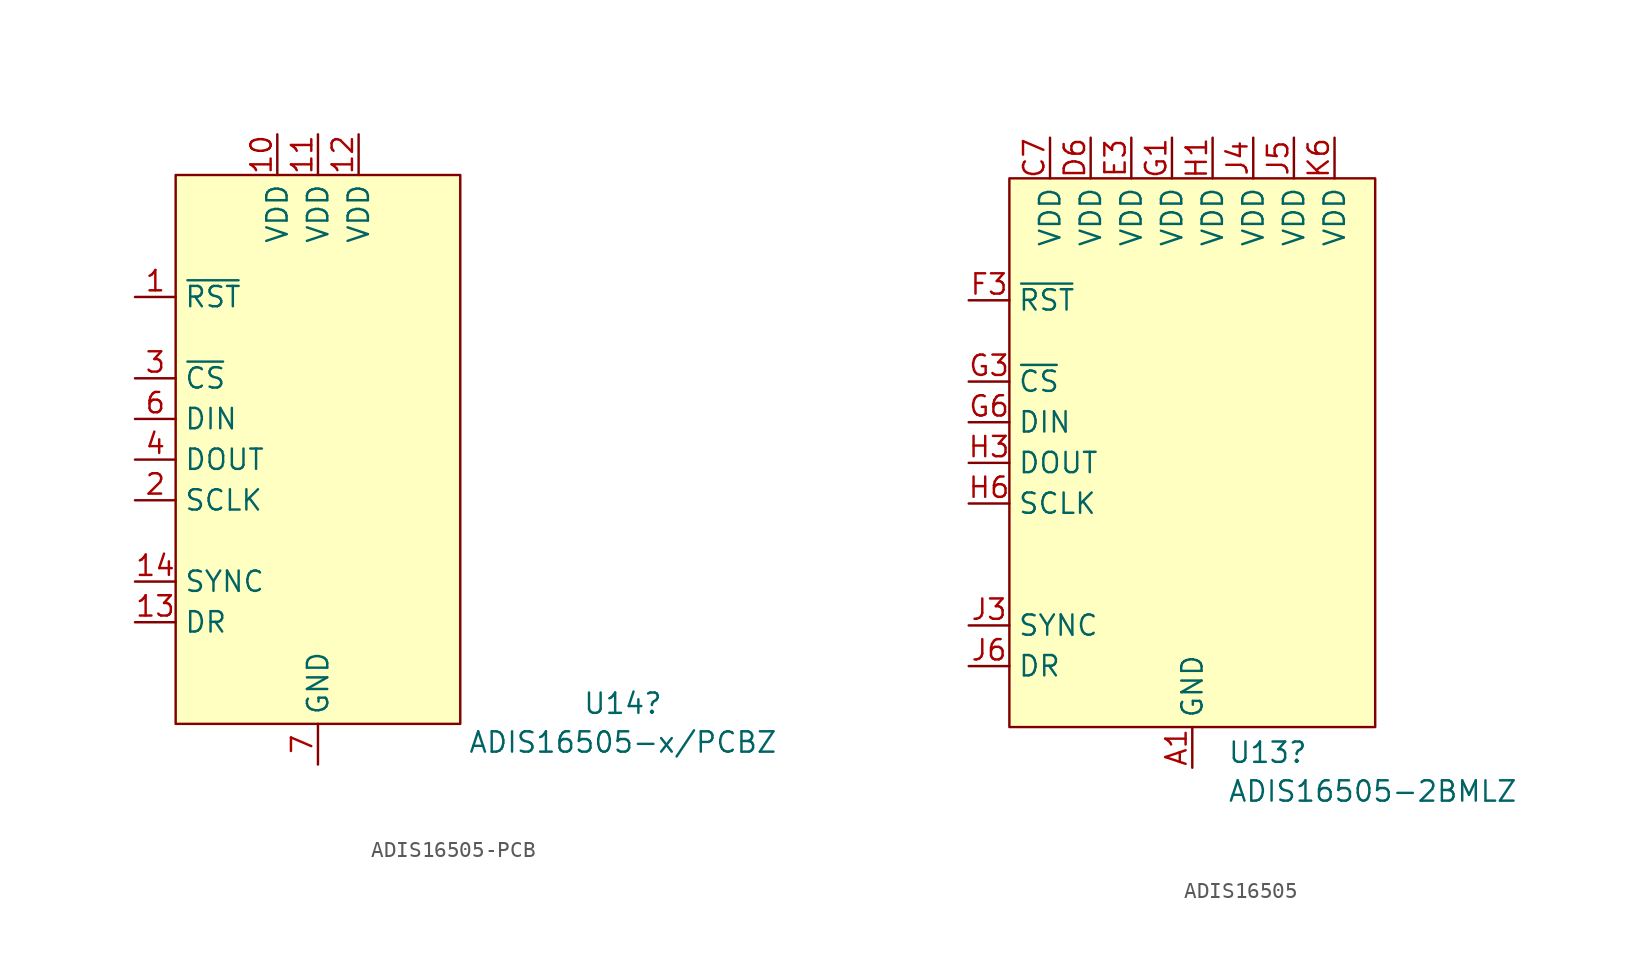
<source format=kicad_sym>
(kicad_symbol_lib
  (version 20220914)
  (generator kicad_symbol_editor)
  (symbol "ADIS16505-PCB"
    (property "Reference" "U14"
      (at 19.05 -16.51 0)
      (effects (font (size 1.27 1.27))))
    (property "Value" "ADIS16505-x/PCBZ"
      (at 19.05 -18.934 0)
      (effects (font (size 1.27 1.27))))
    (symbol "ADIS16505-PCB_1_1"
      (rectangle (start -8.89 16.51) (end 8.89 -17.78) (stroke (width 0) (type default)) (fill (type background)))
      (pin input line (at -11.43 8.89 0) (length 2.54) (name "~{RST}" (effects (font (size 1.27 1.27)))) (number "1" (effects (font (size 1.27 1.27)))))
      (pin input line (at -2.54 19.05 270) (length 2.54) (name "VDD" (effects (font (size 1.27 1.27)))) (number "10" (effects (font (size 1.27 1.27)))))
      (pin input line (at 0 19.05 270) (length 2.54) (name "VDD" (effects (font (size 1.27 1.27)))) (number "11" (effects (font (size 1.27 1.27)))))
      (pin input line (at 2.54 19.05 270) (length 2.54) (name "VDD" (effects (font (size 1.27 1.27)))) (number "12" (effects (font (size 1.27 1.27)))))
      (pin input line (at -11.43 -11.43 0) (length 2.54) (name "DR" (effects (font (size 1.27 1.27)))) (number "13" (effects (font (size 1.27 1.27)))))
      (pin input line (at -11.43 -8.89 0) (length 2.54) (name "SYNC" (effects (font (size 1.27 1.27)))) (number "14" (effects (font (size 1.27 1.27)))))
      (pin no_connect line (at 8.89 -6.35 180) (length 2.54) hide (name "NC" (effects (font (size 1.27 1.27)))) (number "15" (effects (font (size 1.27 1.27)))))
      (pin no_connect line (at 8.89 -3.81 180) (length 2.54) hide (name "NC" (effects (font (size 1.27 1.27)))) (number "16" (effects (font (size 1.27 1.27)))))
      (pin input line (at -11.43 -3.81 0) (length 2.54) (name "SCLK" (effects (font (size 1.27 1.27)))) (number "2" (effects (font (size 1.27 1.27)))))
      (pin input line (at -11.43 3.81 0) (length 2.54) (name "~{CS}" (effects (font (size 1.27 1.27)))) (number "3" (effects (font (size 1.27 1.27)))))
      (pin input line (at -11.43 -1.27 0) (length 2.54) (name "DOUT" (effects (font (size 1.27 1.27)))) (number "4" (effects (font (size 1.27 1.27)))))
      (pin no_connect line (at 8.89 -1.27 180) (length 2.54) hide (name "NC" (effects (font (size 1.27 1.27)))) (number "5" (effects (font (size 1.27 1.27)))))
      (pin input line (at -11.43 1.27 0) (length 2.54) (name "DIN" (effects (font (size 1.27 1.27)))) (number "6" (effects (font (size 1.27 1.27)))))
      (pin input line (at 0 -20.32 90) (length 2.54) (name "GND" (effects (font (size 1.27 1.27)))) (number "7" (effects (font (size 1.27 1.27)))))
      (pin input line (at 0 -20.32 90) (length 2.54) hide (name "GND" (effects (font (size 1.27 1.27)))) (number "8" (effects (font (size 1.27 1.27)))))
      (pin input line (at 0 -20.32 90) (length 2.54) hide (name "GND" (effects (font (size 1.27 1.27)))) (number "9" (effects (font (size 1.27 1.27)))))))
  (symbol "ADIS16505"
    (property "Reference" "U13"
      (at 2.194 -16.833 0)
      (effects (font (size 1.27 1.27)) (justify left)))
    (property "Value" "ADIS16505-2BMLZ"
      (at 2.194 -19.257 0)
      (effects (font (size 1.27 1.27)) (justify left)))
    (symbol "ADIS16505_1_1"
      (rectangle (start -11.43 19.05) (end 11.43 -15.24) (stroke (width 0) (type default)) (fill (type background)))
      (pin input line (at 0 -17.78 90) (length 2.54) (name "GND" (effects (font (size 1.27 1.27)))) (number "A1" (effects (font (size 1.27 1.27)))))
      (pin no_connect line (at 11.43 -11.43 180) (length 2.54) hide (name "NC" (effects (font (size 1.27 1.27)))) (number "A10" (effects (font (size 1.27 1.27)))))
      (pin input line (at 0 -17.78 90) (length 2.54) hide (name "GND" (effects (font (size 1.27 1.27)))) (number "A2" (effects (font (size 1.27 1.27)))))
      (pin input line (at 0 -17.78 90) (length 2.54) hide (name "GND" (effects (font (size 1.27 1.27)))) (number "A3" (effects (font (size 1.27 1.27)))))
      (pin input line (at 0 -17.78 90) (length 2.54) hide (name "GND" (effects (font (size 1.27 1.27)))) (number "A4" (effects (font (size 1.27 1.27)))))
      (pin input line (at 0 -17.78 90) (length 2.54) hide (name "GND" (effects (font (size 1.27 1.27)))) (number "A5" (effects (font (size 1.27 1.27)))))
      (pin input line (at 0 -17.78 90) (length 2.54) hide (name "GND" (effects (font (size 1.27 1.27)))) (number "A6" (effects (font (size 1.27 1.27)))))
      (pin input line (at 0 -17.78 90) (length 2.54) hide (name "GND" (effects (font (size 1.27 1.27)))) (number "A7" (effects (font (size 1.27 1.27)))))
      (pin input line (at 0 -17.78 90) (length 2.54) hide (name "GND" (effects (font (size 1.27 1.27)))) (number "A8" (effects (font (size 1.27 1.27)))))
      (pin no_connect line (at 11.43 17.78 180) (length 2.54) hide (name "NC" (effects (font (size 1.27 1.27)))) (number "A9" (effects (font (size 1.27 1.27)))))
      (pin no_connect line (at 11.43 -1.27 180) (length 2.54) hide (name "NC" (effects (font (size 1.27 1.27)))) (number "B1" (effects (font (size 1.27 1.27)))))
      (pin no_connect line (at 11.43 0 180) (length 2.54) hide (name "NC" (effects (font (size 1.27 1.27)))) (number "B10" (effects (font (size 1.27 1.27)))))
      (pin no_connect line (at 11.43 1.27 180) (length 2.54) hide (name "NC" (effects (font (size 1.27 1.27)))) (number "B2" (effects (font (size 1.27 1.27)))))
      (pin input line (at 0 -17.78 90) (length 2.54) hide (name "GND" (effects (font (size 1.27 1.27)))) (number "B3" (effects (font (size 1.27 1.27)))))
      (pin input line (at 0 -17.78 90) (length 2.54) hide (name "GND" (effects (font (size 1.27 1.27)))) (number "B4" (effects (font (size 1.27 1.27)))))
      (pin input line (at 0 -17.78 90) (length 2.54) hide (name "GND" (effects (font (size 1.27 1.27)))) (number "B5" (effects (font (size 1.27 1.27)))))
      (pin input line (at 0 -17.78 90) (length 2.54) hide (name "GND" (effects (font (size 1.27 1.27)))) (number "B6" (effects (font (size 1.27 1.27)))))
      (pin no_connect line (at 11.43 -8.89 180) (length 2.54) hide (name "NC" (effects (font (size 1.27 1.27)))) (number "B7" (effects (font (size 1.27 1.27)))))
      (pin no_connect line (at 11.43 -12.7 180) (length 2.54) hide (name "NC" (effects (font (size 1.27 1.27)))) (number "B8" (effects (font (size 1.27 1.27)))))
      (pin no_connect line (at 11.43 -10.16 180) (length 2.54) hide (name "NC" (effects (font (size 1.27 1.27)))) (number "B9" (effects (font (size 1.27 1.27)))))
      (pin no_connect line (at 11.43 -13.97 180) (length 2.54) hide (name "NC" (effects (font (size 1.27 1.27)))) (number "C1" (effects (font (size 1.27 1.27)))))
      (pin no_connect line (at 11.43 -2.54 180) (length 2.54) hide (name "NC" (effects (font (size 1.27 1.27)))) (number "C10" (effects (font (size 1.27 1.27)))))
      (pin input line (at 0 -17.78 90) (length 2.54) hide (name "GND" (effects (font (size 1.27 1.27)))) (number "C2" (effects (font (size 1.27 1.27)))))
      (pin no_connect line (at 11.43 19.05 180) (length 2.54) hide (name "DNC" (effects (font (size 1.27 1.27)))) (number "C3" (effects (font (size 1.27 1.27)))))
      (pin no_connect line (at 11.43 -3.81 180) (length 2.54) hide (name "NC" (effects (font (size 1.27 1.27)))) (number "C4" (effects (font (size 1.27 1.27)))))
      (pin no_connect line (at 11.43 -15.24 180) (length 2.54) hide (name "NC" (effects (font (size 1.27 1.27)))) (number "C5" (effects (font (size 1.27 1.27)))))
      (pin input line (at 0 -17.78 90) (length 2.54) hide (name "GND" (effects (font (size 1.27 1.27)))) (number "C6" (effects (font (size 1.27 1.27)))))
      (pin input line (at -8.89 21.59 270) (length 2.54) (name "VDD" (effects (font (size 1.27 1.27)))) (number "C7" (effects (font (size 1.27 1.27)))))
      (pin no_connect line (at 11.43 -7.62 180) (length 2.54) hide (name "NC" (effects (font (size 1.27 1.27)))) (number "C8" (effects (font (size 1.27 1.27)))))
      (pin no_connect line (at 11.43 -6.35 180) (length 2.54) hide (name "NC" (effects (font (size 1.27 1.27)))) (number "C9" (effects (font (size 1.27 1.27)))))
      (pin no_connect line (at 11.43 -5.08 180) (length 2.54) hide (name "NC" (effects (font (size 1.27 1.27)))) (number "D1" (effects (font (size 1.27 1.27)))))
      (pin no_connect line (at 11.43 16.51 180) (length 2.54) hide (name "NC" (effects (font (size 1.27 1.27)))) (number "D10" (effects (font (size 1.27 1.27)))))
      (pin no_connect line (at 11.43 15.24 180) (length 2.54) hide (name "NC" (effects (font (size 1.27 1.27)))) (number "D2" (effects (font (size 1.27 1.27)))))
      (pin input line (at 0 -17.78 90) (length 2.54) hide (name "GND" (effects (font (size 1.27 1.27)))) (number "D3" (effects (font (size 1.27 1.27)))))
      (pin no_connect line (at 11.43 13.97 180) (length 2.54) hide (name "NC" (effects (font (size 1.27 1.27)))) (number "D4" (effects (font (size 1.27 1.27)))))
      (pin no_connect line (at 11.43 12.7 180) (length 2.54) hide (name "NC" (effects (font (size 1.27 1.27)))) (number "D5" (effects (font (size 1.27 1.27)))))
      (pin input line (at -6.35 21.59 270) (length 2.54) (name "VDD" (effects (font (size 1.27 1.27)))) (number "D6" (effects (font (size 1.27 1.27)))))
      (pin no_connect line (at 11.43 11.43 180) (length 2.54) hide (name "NC" (effects (font (size 1.27 1.27)))) (number "D7" (effects (font (size 1.27 1.27)))))
      (pin no_connect line (at 11.43 2.54 180) (length 2.54) hide (name "NC" (effects (font (size 1.27 1.27)))) (number "D8" (effects (font (size 1.27 1.27)))))
      (pin no_connect line (at 11.43 5.08 180) (length 2.54) hide (name "NC" (effects (font (size 1.27 1.27)))) (number "D9" (effects (font (size 1.27 1.27)))))
      (pin no_connect line (at 11.43 6.35 180) (length 2.54) hide (name "NC" (effects (font (size 1.27 1.27)))) (number "E1" (effects (font (size 1.27 1.27)))))
      (pin no_connect line (at 11.43 3.81 180) (length 2.54) hide (name "NC" (effects (font (size 1.27 1.27)))) (number "E10" (effects (font (size 1.27 1.27)))))
      (pin input line (at 0 -17.78 90) (length 2.54) hide (name "GND" (effects (font (size 1.27 1.27)))) (number "E2" (effects (font (size 1.27 1.27)))))
      (pin input line (at -3.81 21.59 270) (length 2.54) (name "VDD" (effects (font (size 1.27 1.27)))) (number "E3" (effects (font (size 1.27 1.27)))))
      (pin no_connect line (at 11.43 7.62 180) (length 2.54) hide (name "NC" (effects (font (size 1.27 1.27)))) (number "E4" (effects (font (size 1.27 1.27)))))
      (pin no_connect line (at 11.43 10.16 180) (length 2.54) hide (name "NC" (effects (font (size 1.27 1.27)))) (number "E5" (effects (font (size 1.27 1.27)))))
      (pin input line (at 0 -17.78 90) (length 2.54) hide (name "GND" (effects (font (size 1.27 1.27)))) (number "E6" (effects (font (size 1.27 1.27)))))
      (pin input line (at 0 -17.78 90) (length 2.54) hide (name "GND" (effects (font (size 1.27 1.27)))) (number "E7" (effects (font (size 1.27 1.27)))))
      (pin no_connect line (at 8.89 -15.24 180) (length 2.54) hide (name "NC" (effects (font (size 1.27 1.27)))) (number "E8" (effects (font (size 1.27 1.27)))))
      (pin no_connect line (at 8.89 -13.97 180) (length 2.54) hide (name "NC" (effects (font (size 1.27 1.27)))) (number "E9" (effects (font (size 1.27 1.27)))))
      (pin input line (at 0 -17.78 90) (length 2.54) hide (name "GND" (effects (font (size 1.27 1.27)))) (number "F1" (effects (font (size 1.27 1.27)))))
      (pin no_connect line (at 8.89 -11.43 180) (length 2.54) hide (name "NC" (effects (font (size 1.27 1.27)))) (number "F10" (effects (font (size 1.27 1.27)))))
      (pin no_connect line (at 8.89 -12.7 180) (length 2.54) hide (name "NC" (effects (font (size 1.27 1.27)))) (number "F2" (effects (font (size 1.27 1.27)))))
      (pin input line (at -13.97 11.43 0) (length 2.54) (name "~{RST}" (effects (font (size 1.27 1.27)))) (number "F3" (effects (font (size 1.27 1.27)))))
      (pin no_connect line (at 8.89 -10.16 180) (length 2.54) hide (name "NC" (effects (font (size 1.27 1.27)))) (number "F4" (effects (font (size 1.27 1.27)))))
      (pin input line (at 0 -17.78 90) (length 2.54) hide (name "GND" (effects (font (size 1.27 1.27)))) (number "F5" (effects (font (size 1.27 1.27)))))
      (pin input line (at 0 -17.78 90) (length 2.54) hide (name "GND" (effects (font (size 1.27 1.27)))) (number "F6" (effects (font (size 1.27 1.27)))))
      (pin no_connect line (at 8.89 -7.62 180) (length 2.54) hide (name "NC" (effects (font (size 1.27 1.27)))) (number "F7" (effects (font (size 1.27 1.27)))))
      (pin input line (at 0 -17.78 90) (length 2.54) hide (name "GND" (effects (font (size 1.27 1.27)))) (number "F8" (effects (font (size 1.27 1.27)))))
      (pin no_connect line (at 8.89 -8.89 180) (length 2.54) hide (name "NC" (effects (font (size 1.27 1.27)))) (number "F9" (effects (font (size 1.27 1.27)))))
      (pin input line (at -1.27 21.59 270) (length 2.54) (name "VDD" (effects (font (size 1.27 1.27)))) (number "G1" (effects (font (size 1.27 1.27)))))
      (pin no_connect line (at 8.89 -5.08 180) (length 2.54) hide (name "NC" (effects (font (size 1.27 1.27)))) (number "G10" (effects (font (size 1.27 1.27)))))
      (pin input line (at 0 -17.78 90) (length 2.54) hide (name "GND" (effects (font (size 1.27 1.27)))) (number "G2" (effects (font (size 1.27 1.27)))))
      (pin input line (at -13.97 6.35 0) (length 2.54) (name "~{CS}" (effects (font (size 1.27 1.27)))) (number "G3" (effects (font (size 1.27 1.27)))))
      (pin no_connect line (at 8.89 -6.35 180) (length 2.54) hide (name "NC" (effects (font (size 1.27 1.27)))) (number "G4" (effects (font (size 1.27 1.27)))))
      (pin no_connect line (at 8.89 -3.81 180) (length 2.54) hide (name "NC" (effects (font (size 1.27 1.27)))) (number "G5" (effects (font (size 1.27 1.27)))))
      (pin input line (at -13.97 3.81 0) (length 2.54) (name "DIN" (effects (font (size 1.27 1.27)))) (number "G6" (effects (font (size 1.27 1.27)))))
      (pin input line (at 0 -17.78 90) (length 2.54) hide (name "GND" (effects (font (size 1.27 1.27)))) (number "G7" (effects (font (size 1.27 1.27)))))
      (pin no_connect line (at 8.89 -2.54 180) (length 2.54) hide (name "NC" (effects (font (size 1.27 1.27)))) (number "G8" (effects (font (size 1.27 1.27)))))
      (pin no_connect line (at 8.89 -1.27 180) (length 2.54) hide (name "NC" (effects (font (size 1.27 1.27)))) (number "G9" (effects (font (size 1.27 1.27)))))
      (pin input line (at 1.27 21.59 270) (length 2.54) (name "VDD" (effects (font (size 1.27 1.27)))) (number "H1" (effects (font (size 1.27 1.27)))))
      (pin no_connect line (at 8.89 0 180) (length 2.54) hide (name "NC" (effects (font (size 1.27 1.27)))) (number "H10" (effects (font (size 1.27 1.27)))))
      (pin no_connect line (at 8.89 1.27 180) (length 2.54) hide (name "NC" (effects (font (size 1.27 1.27)))) (number "H2" (effects (font (size 1.27 1.27)))))
      (pin input line (at -13.97 1.27 0) (length 2.54) (name "DOUT" (effects (font (size 1.27 1.27)))) (number "H3" (effects (font (size 1.27 1.27)))))
      (pin no_connect line (at 8.89 2.54 180) (length 2.54) hide (name "NC" (effects (font (size 1.27 1.27)))) (number "H4" (effects (font (size 1.27 1.27)))))
      (pin no_connect line (at 8.89 3.81 180) (length 2.54) hide (name "NC" (effects (font (size 1.27 1.27)))) (number "H5" (effects (font (size 1.27 1.27)))))
      (pin input line (at -13.97 -1.27 0) (length 2.54) (name "SCLK" (effects (font (size 1.27 1.27)))) (number "H6" (effects (font (size 1.27 1.27)))))
      (pin no_connect line (at 8.89 5.08 180) (length 2.54) hide (name "NC" (effects (font (size 1.27 1.27)))) (number "H7" (effects (font (size 1.27 1.27)))))
      (pin input line (at 0 -17.78 90) (length 2.54) hide (name "GND" (effects (font (size 1.27 1.27)))) (number "H8" (effects (font (size 1.27 1.27)))))
      (pin no_connect line (at 8.89 6.35 180) (length 2.54) hide (name "NC" (effects (font (size 1.27 1.27)))) (number "H9" (effects (font (size 1.27 1.27)))))
      (pin no_connect line (at 8.89 7.62 180) (length 2.54) hide (name "NC" (effects (font (size 1.27 1.27)))) (number "J1" (effects (font (size 1.27 1.27)))))
      (pin no_connect line (at 8.89 8.89 180) (length 2.54) hide (name "NC" (effects (font (size 1.27 1.27)))) (number "J10" (effects (font (size 1.27 1.27)))))
      (pin input line (at 0 -17.78 90) (length 2.54) hide (name "GND" (effects (font (size 1.27 1.27)))) (number "J2" (effects (font (size 1.27 1.27)))))
      (pin input line (at -13.97 -8.89 0) (length 2.54) (name "SYNC" (effects (font (size 1.27 1.27)))) (number "J3" (effects (font (size 1.27 1.27)))))
      (pin input line (at 3.81 21.59 270) (length 2.54) (name "VDD" (effects (font (size 1.27 1.27)))) (number "J4" (effects (font (size 1.27 1.27)))))
      (pin input line (at 6.35 21.59 270) (length 2.54) (name "VDD" (effects (font (size 1.27 1.27)))) (number "J5" (effects (font (size 1.27 1.27)))))
      (pin input line (at -13.97 -11.43 0) (length 2.54) (name "DR" (effects (font (size 1.27 1.27)))) (number "J6" (effects (font (size 1.27 1.27)))))
      (pin input line (at 0 -17.78 90) (length 2.54) hide (name "GND" (effects (font (size 1.27 1.27)))) (number "J7" (effects (font (size 1.27 1.27)))))
      (pin no_connect line (at 8.89 10.16 180) (length 2.54) hide (name "NC" (effects (font (size 1.27 1.27)))) (number "J8" (effects (font (size 1.27 1.27)))))
      (pin no_connect line (at 8.89 11.43 180) (length 2.54) hide (name "NC" (effects (font (size 1.27 1.27)))) (number "J9" (effects (font (size 1.27 1.27)))))
      (pin input line (at 0 -17.78 90) (length 2.54) hide (name "GND" (effects (font (size 1.27 1.27)))) (number "K1" (effects (font (size 1.27 1.27)))))
      (pin no_connect line (at 8.89 12.7 180) (length 2.54) hide (name "NC" (effects (font (size 1.27 1.27)))) (number "K10" (effects (font (size 1.27 1.27)))))
      (pin no_connect line (at 11.43 8.89 180) (length 2.54) hide (name "NC" (effects (font (size 1.27 1.27)))) (number "K2" (effects (font (size 1.27 1.27)))))
      (pin input line (at 0 -17.78 90) (length 2.54) hide (name "GND" (effects (font (size 1.27 1.27)))) (number "K3" (effects (font (size 1.27 1.27)))))
      (pin no_connect line (at 8.89 13.97 180) (length 2.54) hide (name "NC" (effects (font (size 1.27 1.27)))) (number "K4" (effects (font (size 1.27 1.27)))))
      (pin no_connect line (at 8.89 15.24 180) (length 2.54) hide (name "NC" (effects (font (size 1.27 1.27)))) (number "K5" (effects (font (size 1.27 1.27)))))
      (pin input line (at 8.89 21.59 270) (length 2.54) (name "VDD" (effects (font (size 1.27 1.27)))) (number "K6" (effects (font (size 1.27 1.27)))))
      (pin no_connect line (at 8.89 16.51 180) (length 2.54) hide (name "NC" (effects (font (size 1.27 1.27)))) (number "K7" (effects (font (size 1.27 1.27)))))
      (pin input line (at 0 -17.78 90) (length 2.54) hide (name "GND" (effects (font (size 1.27 1.27)))) (number "K8" (effects (font (size 1.27 1.27)))))
      (pin no_connect line (at 8.89 17.78 180) (length 2.54) hide (name "NC" (effects (font (size 1.27 1.27)))) (number "K9" (effects (font (size 1.27 1.27))))))))
</source>
